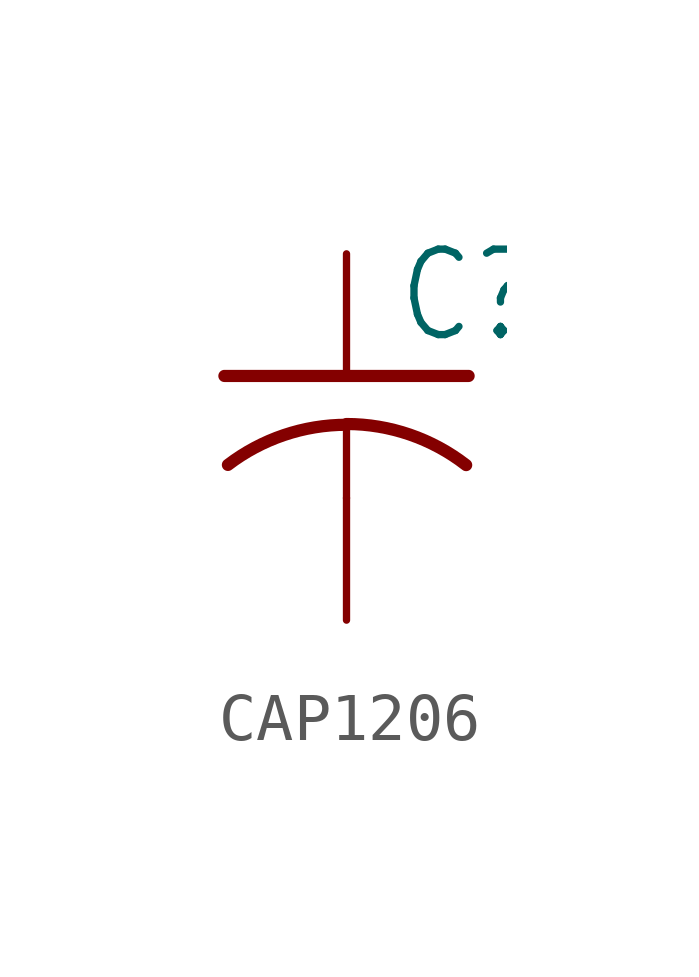
<source format=kicad_sym>
(kicad_symbol_lib
  (version 20241209)
  (generator "kicad_symbol_editor")
  (generator_version "9.0")
  (symbol "CAP1206"
    (property "Reference" "C"
      (at 1.016 0.635 0)
      (effects (font (size 1.778 1.511)) (justify left bottom)))
    (property "Value" ""
      (at 1.016 -4.191 0)
      (effects (font (size 1.778 1.511)) (justify left bottom)))
    (property "ki_locked" ""
      (at 0 0 0)
      (effects (font (size 1.27 1.27))))
    (symbol "CAP1206_1_0"
      (polyline (pts (xy -2.54 0) (xy 2.54 0)) (stroke (width 0.254) (type solid)) (fill (type none)))
      (polyline (pts (xy 0 -1.016) (xy 0 -2.54)) (stroke (width 0.152) (type solid)) (fill (type none)))
      (arc (start 0 -1) (mid 1.3158 -1.2195) (end 2.4892 -1.8541) (stroke (width 0.254) (type solid)) (fill (type none)))
      (arc (start -2.4668 -1.8504) (mid -1.302 -1.2303) (end 0 -1.0161) (stroke (width 0.254) (type solid)) (fill (type none)))
      (pin passive line (at 0 2.54 270) (length 2.54) (name "1" (effects (font (size 0 0)))) (number "1" (effects (font (size 0 0)))))
      (pin passive line (at 0 -5.08 90) (length 2.54) (name "2" (effects (font (size 0 0)))) (number "2" (effects (font (size 0 0))))))))
</source>
